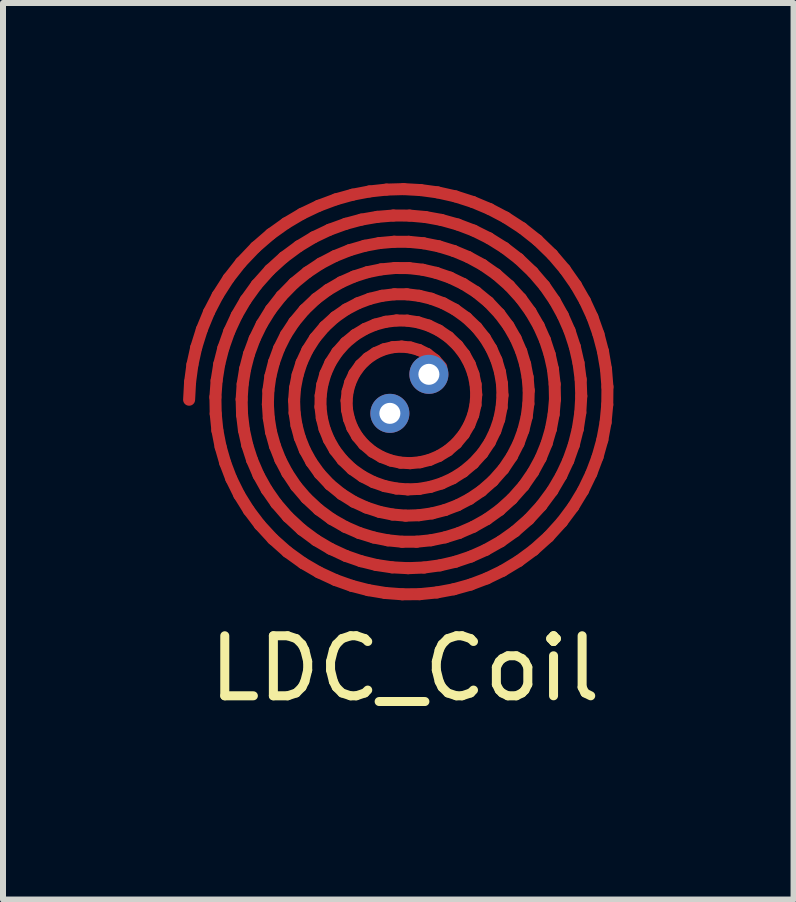
<source format=kicad_pcb>
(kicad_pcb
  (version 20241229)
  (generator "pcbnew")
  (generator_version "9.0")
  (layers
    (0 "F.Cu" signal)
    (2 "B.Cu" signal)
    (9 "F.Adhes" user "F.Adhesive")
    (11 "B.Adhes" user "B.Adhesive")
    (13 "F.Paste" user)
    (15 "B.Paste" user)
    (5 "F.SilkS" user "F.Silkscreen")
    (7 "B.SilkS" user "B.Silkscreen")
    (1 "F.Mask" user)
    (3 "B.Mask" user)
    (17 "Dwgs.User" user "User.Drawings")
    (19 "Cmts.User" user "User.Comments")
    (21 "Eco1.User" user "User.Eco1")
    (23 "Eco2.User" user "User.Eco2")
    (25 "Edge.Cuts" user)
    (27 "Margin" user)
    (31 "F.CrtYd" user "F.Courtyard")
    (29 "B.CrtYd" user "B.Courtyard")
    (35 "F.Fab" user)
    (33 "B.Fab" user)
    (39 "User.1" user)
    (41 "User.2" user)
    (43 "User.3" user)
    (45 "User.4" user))
  (footprint "LDC_Coil"
    (layer "F.Cu")
    (at 3.694 3.585)
    (property "Reference" "LDC_Coil" (at 0 4.5 0) (unlocked yes) (layer "F.SilkS") (effects (font (size 1 1) (thickness 0.15))))
    (attr smd)
    (fp_line (start -3.578 -0.27) (end -3.594 0.023) (stroke (width 0.2) (type solid)) (layer "F.Cu"))
    (fp_line (start -3.539 -0.56) (end -3.578 -0.27) (stroke (width 0.2) (type solid)) (layer "F.Cu"))
    (fp_line (start -3.476 -0.846) (end -3.539 -0.56) (stroke (width 0.2) (type solid)) (layer "F.Cu"))
    (fp_line (start -3.382 -1.146) (end -3.476 -0.846) (stroke (width 0.2) (type solid)) (layer "F.Cu"))
    (fp_line (start -3.263 -1.436) (end -3.382 -1.146) (stroke (width 0.2) (type solid)) (layer "F.Cu"))
    (fp_line (start -3.156 -0.02) (end -3.151 0.258) (stroke (width 0.2) (type solid)) (layer "F.Cu"))
    (fp_line (start -3.151 0.258) (end -3.123 0.535) (stroke (width 0.2) (type solid)) (layer "F.Cu"))
    (fp_line (start -3.136 -0.296) (end -3.156 -0.02) (stroke (width 0.2) (type solid)) (layer "F.Cu"))
    (fp_line (start -3.123 0.535) (end -3.069 0.809) (stroke (width 0.2) (type solid)) (layer "F.Cu"))
    (fp_line (start -3.119 -1.714) (end -3.263 -1.436) (stroke (width 0.2) (type solid)) (layer "F.Cu"))
    (fp_line (start -3.092 -0.57) (end -3.136 -0.296) (stroke (width 0.2) (type solid)) (layer "F.Cu"))
    (fp_line (start -3.069 0.809) (end -2.992 1.077) (stroke (width 0.2) (type solid)) (layer "F.Cu"))
    (fp_line (start -3.024 -0.837) (end -3.092 -0.57) (stroke (width 0.2) (type solid)) (layer "F.Cu"))
    (fp_line (start -2.992 1.077) (end -2.892 1.339) (stroke (width 0.2) (type solid)) (layer "F.Cu"))
    (fp_line (start -2.938 -1.997) (end -3.119 -1.714) (stroke (width 0.2) (type solid)) (layer "F.Cu"))
    (fp_line (start -2.925 -1.116) (end -3.024 -0.837) (stroke (width 0.2) (type solid)) (layer "F.Cu"))
    (fp_line (start -2.892 1.339) (end -2.759 1.608) (stroke (width 0.2) (type solid)) (layer "F.Cu"))
    (fp_line (start -2.801 -1.383) (end -2.925 -1.116) (stroke (width 0.2) (type solid)) (layer "F.Cu"))
    (fp_line (start -2.759 1.608) (end -2.6 1.864) (stroke (width 0.2) (type solid)) (layer "F.Cu"))
    (fp_line (start -2.732 -2.26) (end -2.938 -1.997) (stroke (width 0.2) (type solid)) (layer "F.Cu"))
    (fp_line (start -2.719 0.017) (end -2.712 0.274) (stroke (width 0.2) (type solid)) (layer "F.Cu"))
    (fp_line (start -2.712 0.274) (end -2.681 0.529) (stroke (width 0.2) (type solid)) (layer "F.Cu"))
    (fp_line (start -2.702 -0.238) (end -2.719 0.017) (stroke (width 0.2) (type solid)) (layer "F.Cu"))
    (fp_line (start -2.681 0.529) (end -2.625 0.781) (stroke (width 0.2) (type solid)) (layer "F.Cu"))
    (fp_line (start -2.661 -0.49) (end -2.702 -0.238) (stroke (width 0.2) (type solid)) (layer "F.Cu"))
    (fp_line (start -2.653 -1.637) (end -2.801 -1.383) (stroke (width 0.2) (type solid)) (layer "F.Cu"))
    (fp_line (start -2.625 0.781) (end -2.546 1.027) (stroke (width 0.2) (type solid)) (layer "F.Cu"))
    (fp_line (start -2.6 1.864) (end -2.418 2.105) (stroke (width 0.2) (type solid)) (layer "F.Cu"))
    (fp_line (start -2.597 -0.737) (end -2.661 -0.49) (stroke (width 0.2) (type solid)) (layer "F.Cu"))
    (fp_line (start -2.546 1.027) (end -2.437 1.28) (stroke (width 0.2) (type solid)) (layer "F.Cu"))
    (fp_line (start -2.503 -0.991) (end -2.597 -0.737) (stroke (width 0.2) (type solid)) (layer "F.Cu"))
    (fp_line (start -2.486 -2.518) (end -2.732 -2.26) (stroke (width 0.2) (type solid)) (layer "F.Cu"))
    (fp_line (start -2.47 -1.891) (end -2.653 -1.637) (stroke (width 0.2) (type solid)) (layer "F.Cu"))
    (fp_line (start -2.437 1.28) (end -2.302 1.522) (stroke (width 0.2) (type solid)) (layer "F.Cu"))
    (fp_line (start -2.418 2.105) (end -2.2 2.342) (stroke (width 0.2) (type solid)) (layer "F.Cu"))
    (fp_line (start -2.385 -1.234) (end -2.503 -0.991) (stroke (width 0.2) (type solid)) (layer "F.Cu"))
    (fp_line (start -2.302 1.522) (end -2.143 1.75) (stroke (width 0.2) (type solid)) (layer "F.Cu"))
    (fp_line (start -2.282 0.1) (end -2.267 0.33) (stroke (width 0.2) (type solid)) (layer "F.Cu"))
    (fp_line (start -2.274 -0.129) (end -2.282 0.1) (stroke (width 0.2) (type solid)) (layer "F.Cu"))
    (fp_line (start -2.267 0.33) (end -2.23 0.558) (stroke (width 0.2) (type solid)) (layer "F.Cu"))
    (fp_line (start -2.249 -2.139) (end -2.47 -1.891) (stroke (width 0.2) (type solid)) (layer "F.Cu"))
    (fp_line (start -2.24 -0.369) (end -2.274 -0.129) (stroke (width 0.2) (type solid)) (layer "F.Cu"))
    (fp_line (start -2.234 -2.736) (end -2.486 -2.518) (stroke (width 0.2) (type solid)) (layer "F.Cu"))
    (fp_line (start -2.234 -1.477) (end -2.385 -1.234) (stroke (width 0.2) (type solid)) (layer "F.Cu"))
    (fp_line (start -2.23 0.558) (end -2.164 0.795) (stroke (width 0.2) (type solid)) (layer "F.Cu"))
    (fp_line (start -2.2 2.342) (end -1.958 2.557) (stroke (width 0.2) (type solid)) (layer "F.Cu"))
    (fp_line (start -2.18 -0.604) (end -2.24 -0.369) (stroke (width 0.2) (type solid)) (layer "F.Cu"))
    (fp_line (start -2.164 0.795) (end -2.074 1.024) (stroke (width 0.2) (type solid)) (layer "F.Cu"))
    (fp_line (start -2.143 1.75) (end -1.949 1.974) (stroke (width 0.2) (type solid)) (layer "F.Cu"))
    (fp_line (start -2.097 -0.83) (end -2.18 -0.604) (stroke (width 0.2) (type solid)) (layer "F.Cu"))
    (fp_line (start -2.074 1.024) (end -1.959 1.243) (stroke (width 0.2) (type solid)) (layer "F.Cu"))
    (fp_line (start -2.058 -1.702) (end -2.234 -1.477) (stroke (width 0.2) (type solid)) (layer "F.Cu"))
    (fp_line (start -2.018 -2.348) (end -2.249 -2.139) (stroke (width 0.2) (type solid)) (layer "F.Cu"))
    (fp_line (start -1.983 -1.058) (end -2.097 -0.83) (stroke (width 0.2) (type solid)) (layer "F.Cu"))
    (fp_line (start -1.982 -2.916) (end -2.234 -2.736) (stroke (width 0.2) (type solid)) (layer "F.Cu"))
    (fp_line (start -1.959 1.243) (end -1.813 1.462) (stroke (width 0.2) (type solid)) (layer "F.Cu"))
    (fp_line (start -1.958 2.557) (end -1.695 2.746) (stroke (width 0.2) (type solid)) (layer "F.Cu"))
    (fp_line (start -1.949 1.974) (end -1.719 2.187) (stroke (width 0.2) (type solid)) (layer "F.Cu"))
    (fp_line (start -1.847 -1.918) (end -2.058 -1.702) (stroke (width 0.2) (type solid)) (layer "F.Cu"))
    (fp_line (start -1.845 0.035) (end -1.837 0.244) (stroke (width 0.2) (type solid)) (layer "F.Cu"))
    (fp_line (start -1.844 -1.27) (end -1.983 -1.058) (stroke (width 0.2) (type solid)) (layer "F.Cu"))
    (fp_line (start -1.837 0.244) (end -1.805 0.451) (stroke (width 0.2) (type solid)) (layer "F.Cu"))
    (fp_line (start -1.829 -0.173) (end -1.845 0.035) (stroke (width 0.2) (type solid)) (layer "F.Cu"))
    (fp_line (start -1.813 1.462) (end -1.642 1.662) (stroke (width 0.2) (type solid)) (layer "F.Cu"))
    (fp_line (start -1.805 0.451) (end -1.75 0.655) (stroke (width 0.2) (type solid)) (layer "F.Cu"))
    (fp_line (start -1.787 -0.388) (end -1.829 -0.173) (stroke (width 0.2) (type solid)) (layer "F.Cu"))
    (fp_line (start -1.768 -2.533) (end -2.018 -2.348) (stroke (width 0.2) (type solid)) (layer "F.Cu"))
    (fp_line (start -1.75 0.655) (end -1.667 0.863) (stroke (width 0.2) (type solid)) (layer "F.Cu"))
    (fp_line (start -1.721 -0.595) (end -1.787 -0.388) (stroke (width 0.2) (type solid)) (layer "F.Cu"))
    (fp_line (start -1.719 2.187) (end -1.48 2.364) (stroke (width 0.2) (type solid)) (layer "F.Cu"))
    (fp_line (start -1.715 -3.074) (end -1.982 -2.916) (stroke (width 0.2) (type solid)) (layer "F.Cu"))
    (fp_line (start -1.695 2.746) (end -1.432 2.899) (stroke (width 0.2) (type solid)) (layer "F.Cu"))
    (fp_line (start -1.673 -1.475) (end -1.844 -1.27) (stroke (width 0.2) (type solid)) (layer "F.Cu"))
    (fp_line (start -1.667 0.863) (end -1.559 1.06) (stroke (width 0.2) (type solid)) (layer "F.Cu"))
    (fp_line (start -1.642 1.662) (end -1.437 1.853) (stroke (width 0.2) (type solid)) (layer "F.Cu"))
    (fp_line (start -1.627 -2.098) (end -1.847 -1.918) (stroke (width 0.2) (type solid)) (layer "F.Cu"))
    (fp_line (start -1.625 -0.802) (end -1.721 -0.595) (stroke (width 0.2) (type solid)) (layer "F.Cu"))
    (fp_line (start -1.559 1.06) (end -1.421 1.253) (stroke (width 0.2) (type solid)) (layer "F.Cu"))
    (fp_line (start -1.519 -2.683) (end -1.768 -2.533) (stroke (width 0.2) (type solid)) (layer "F.Cu"))
    (fp_line (start -1.497 -1.004) (end -1.625 -0.802) (stroke (width 0.2) (type solid)) (layer "F.Cu"))
    (fp_line (start -1.48 -1.658) (end -1.673 -1.475) (stroke (width 0.2) (type solid)) (layer "F.Cu"))
    (fp_line (start -1.48 2.364) (end -1.238 2.507) (stroke (width 0.2) (type solid)) (layer "F.Cu"))
    (fp_line (start -1.437 1.853) (end -1.223 2.01) (stroke (width 0.2) (type solid)) (layer "F.Cu"))
    (fp_line (start -1.436 -3.207) (end -1.715 -3.074) (stroke (width 0.2) (type solid)) (layer "F.Cu"))
    (fp_line (start -1.432 2.899) (end -1.155 3.027) (stroke (width 0.2) (type solid)) (layer "F.Cu"))
    (fp_line (start -1.421 1.253) (end -1.25 1.436) (stroke (width 0.2) (type solid)) (layer "F.Cu"))
    (fp_line (start -1.406 0.142) (end -1.384 0.328) (stroke (width 0.2) (type solid)) (layer "F.Cu"))
    (fp_line (start -1.405 -2.245) (end -1.627 -2.098) (stroke (width 0.2) (type solid)) (layer "F.Cu"))
    (fp_line (start -1.403 -0.044) (end -1.406 0.142) (stroke (width 0.2) (type solid)) (layer "F.Cu"))
    (fp_line (start -1.384 0.328) (end -1.338 0.51) (stroke (width 0.2) (type solid)) (layer "F.Cu"))
    (fp_line (start -1.376 -0.227) (end -1.403 -0.044) (stroke (width 0.2) (type solid)) (layer "F.Cu"))
    (fp_line (start -1.338 0.51) (end -1.267 0.686) (stroke (width 0.2) (type solid)) (layer "F.Cu"))
    (fp_line (start -1.337 -1.194) (end -1.497 -1.004) (stroke (width 0.2) (type solid)) (layer "F.Cu"))
    (fp_line (start -1.323 -0.411) (end -1.376 -0.227) (stroke (width 0.2) (type solid)) (layer "F.Cu"))
    (fp_line (start -1.279 -1.808) (end -1.48 -1.658) (stroke (width 0.2) (type solid)) (layer "F.Cu"))
    (fp_line (start -1.267 0.686) (end -1.168 0.86) (stroke (width 0.2) (type solid)) (layer "F.Cu"))
    (fp_line (start -1.257 -2.808) (end -1.519 -2.683) (stroke (width 0.2) (type solid)) (layer "F.Cu"))
    (fp_line (start -1.25 1.436) (end -1.055 1.595) (stroke (width 0.2) (type solid)) (layer "F.Cu"))
    (fp_line (start -1.241 -0.593) (end -1.323 -0.411) (stroke (width 0.2) (type solid)) (layer "F.Cu"))
    (fp_line (start -1.238 2.507) (end -0.983 2.625) (stroke (width 0.2) (type solid)) (layer "F.Cu"))
    (fp_line (start -1.223 2.01) (end -0.992 2.142) (stroke (width 0.2) (type solid)) (layer "F.Cu"))
    (fp_line (start -1.169 -2.368) (end -1.405 -2.245) (stroke (width 0.2) (type solid)) (layer "F.Cu"))
    (fp_line (start -1.168 0.86) (end -1.039 1.026) (stroke (width 0.2) (type solid)) (layer "F.Cu"))
    (fp_line (start -1.163 -1.353) (end -1.337 -1.194) (stroke (width 0.2) (type solid)) (layer "F.Cu"))
    (fp_line (start -1.155 3.027) (end -0.886 3.123) (stroke (width 0.2) (type solid)) (layer "F.Cu"))
    (fp_line (start -1.147 -3.315) (end -1.436 -3.207) (stroke (width 0.2) (type solid)) (layer "F.Cu"))
    (fp_line (start -1.129 -0.767) (end -1.241 -0.593) (stroke (width 0.2) (type solid)) (layer "F.Cu"))
    (fp_line (start -1.063 -1.934) (end -1.279 -1.808) (stroke (width 0.2) (type solid)) (layer "F.Cu"))
    (fp_line (start -1.055 1.595) (end -0.851 1.723) (stroke (width 0.2) (type solid)) (layer "F.Cu"))
    (fp_line (start -1.039 1.026) (end -0.88 1.179) (stroke (width 0.2) (type solid)) (layer "F.Cu"))
    (fp_line (start -0.992 2.142) (end -0.76 2.243) (stroke (width 0.2) (type solid)) (layer "F.Cu"))
    (fp_line (start -0.987 -0.927) (end -1.129 -0.767) (stroke (width 0.2) (type solid)) (layer "F.Cu"))
    (fp_line (start -0.985 -2.907) (end -1.257 -2.808) (stroke (width 0.2) (type solid)) (layer "F.Cu"))
    (fp_line (start -0.983 2.625) (end -0.733 2.712) (stroke (width 0.2) (type solid)) (layer "F.Cu"))
    (fp_line (start -0.979 -1.481) (end -1.163 -1.353) (stroke (width 0.2) (type solid)) (layer "F.Cu"))
    (fp_line (start -0.971 0.037) (end -0.964 0.19) (stroke (width 0.2) (type solid)) (layer "F.Cu"))
    (fp_line (start -0.964 0.19) (end -0.932 0.342) (stroke (width 0.2) (type solid)) (layer "F.Cu"))
    (fp_line (start -0.954 -0.114) (end -0.971 0.037) (stroke (width 0.2) (type solid)) (layer "F.Cu"))
    (fp_line (start -0.932 0.342) (end -0.877 0.489) (stroke (width 0.2) (type solid)) (layer "F.Cu"))
    (fp_line (start -0.923 -2.467) (end -1.169 -2.368) (stroke (width 0.2) (type solid)) (layer "F.Cu"))
    (fp_line (start -0.911 -0.265) (end -0.954 -0.114) (stroke (width 0.2) (type solid)) (layer "F.Cu"))
    (fp_line (start -0.886 3.123) (end -0.609 3.195) (stroke (width 0.2) (type solid)) (layer "F.Cu"))
    (fp_line (start -0.88 1.179) (end -0.705 1.302) (stroke (width 0.2) (type solid)) (layer "F.Cu"))
    (fp_line (start -0.877 0.489) (end -0.795 0.632) (stroke (width 0.2) (type solid)) (layer "F.Cu"))
    (fp_line (start -0.871 -3.392) (end -1.147 -3.315) (stroke (width 0.2) (type solid)) (layer "F.Cu"))
    (fp_line (start -0.851 1.723) (end -0.642 1.819) (stroke (width 0.2) (type solid)) (layer "F.Cu"))
    (fp_line (start -0.848 -2.029) (end -1.063 -1.934) (stroke (width 0.2) (type solid)) (layer "F.Cu"))
    (fp_line (start -0.843 -0.41) (end -0.911 -0.265) (stroke (width 0.2) (type solid)) (layer "F.Cu"))
    (fp_line (start -0.83 -1.056) (end -0.987 -0.927) (stroke (width 0.2) (type solid)) (layer "F.Cu"))
    (fp_line (start -0.795 0.632) (end -0.684 0.766) (stroke (width 0.2) (type solid)) (layer "F.Cu"))
    (fp_line (start -0.782 -1.584) (end -0.979 -1.481) (stroke (width 0.2) (type solid)) (layer "F.Cu"))
    (fp_line (start -0.76 2.243) (end -0.518 2.318) (stroke (width 0.2) (type solid)) (layer "F.Cu"))
    (fp_line (start -0.741 -0.553) (end -0.843 -0.41) (stroke (width 0.2) (type solid)) (layer "F.Cu"))
    (fp_line (start -0.733 2.712) (end -0.475 2.776) (stroke (width 0.2) (type solid)) (layer "F.Cu"))
    (fp_line (start -0.725 -2.977) (end -0.985 -2.907) (stroke (width 0.2) (type solid)) (layer "F.Cu"))
    (fp_line (start -0.705 1.302) (end -0.523 1.396) (stroke (width 0.2) (type solid)) (layer "F.Cu"))
    (fp_line (start -0.684 0.766) (end -0.541 0.888) (stroke (width 0.2) (type solid)) (layer "F.Cu"))
    (fp_line (start -0.669 -2.541) (end -0.923 -2.467) (stroke (width 0.2) (type solid)) (layer "F.Cu"))
    (fp_line (start -0.664 -1.156) (end -0.83 -1.056) (stroke (width 0.2) (type solid)) (layer "F.Cu"))
    (fp_line (start -0.642 1.819) (end -0.423 1.891) (stroke (width 0.2) (type solid)) (layer "F.Cu"))
    (fp_line (start -0.625 -2.101) (end -0.848 -2.029) (stroke (width 0.2) (type solid)) (layer "F.Cu"))
    (fp_line (start -0.62 -0.668) (end -0.741 -0.553) (stroke (width 0.2) (type solid)) (layer "F.Cu"))
    (fp_line (start -0.609 3.195) (end -0.327 3.242) (stroke (width 0.2) (type solid)) (layer "F.Cu"))
    (fp_line (start -0.59 -3.446) (end -0.871 -3.392) (stroke (width 0.2) (type solid)) (layer "F.Cu"))
    (fp_line (start -0.585 -1.658) (end -0.782 -1.584) (stroke (width 0.2) (type solid)) (layer "F.Cu"))
    (fp_line (start -0.541 0.888) (end -0.387 0.978) (stroke (width 0.2) (type solid)) (layer "F.Cu"))
    (fp_line (start -0.523 1.396) (end -0.336 1.462) (stroke (width 0.2) (type solid)) (layer "F.Cu"))
    (fp_line (start -0.518 2.318) (end -0.284 2.365) (stroke (width 0.2) (type solid)) (layer "F.Cu"))
    (fp_line (start -0.495 -1.228) (end -0.664 -1.156) (stroke (width 0.2) (type solid)) (layer "F.Cu"))
    (fp_line (start -0.487 -0.756) (end -0.62 -0.668) (stroke (width 0.2) (type solid)) (layer "F.Cu"))
    (fp_line (start -0.475 2.776) (end -0.213 2.815) (stroke (width 0.2) (type solid)) (layer "F.Cu"))
    (fp_line (start -0.459 -3.023) (end -0.725 -2.977) (stroke (width 0.2) (type solid)) (layer "F.Cu"))
    (fp_line (start -0.426 -2.586) (end -0.669 -2.541) (stroke (width 0.2) (type solid)) (layer "F.Cu"))
    (fp_line (start -0.423 1.891) (end -0.207 1.935) (stroke (width 0.2) (type solid)) (layer "F.Cu"))
    (fp_line (start -0.396 -2.148) (end -0.625 -2.101) (stroke (width 0.2) (type solid)) (layer "F.Cu"))
    (fp_line (start -0.387 0.978) (end -0.232 1.037) (stroke (width 0.2) (type solid)) (layer "F.Cu"))
    (fp_line (start -0.382 -1.708) (end -0.585 -1.658) (stroke (width 0.2) (type solid)) (layer "F.Cu"))
    (fp_line (start -0.347 -0.817) (end -0.487 -0.756) (stroke (width 0.2) (type solid)) (layer "F.Cu"))
    (fp_line (start -0.336 1.462) (end -0.142 1.502) (stroke (width 0.2) (type solid)) (layer "F.Cu"))
    (fp_line (start -0.327 3.242) (end -0.041 3.264) (stroke (width 0.2) (type solid)) (layer "F.Cu"))
    (fp_line (start -0.319 -1.275) (end -0.495 -1.228) (stroke (width 0.2) (type solid)) (layer "F.Cu"))
    (fp_line (start -0.307 -3.477) (end -0.59 -3.446) (stroke (width 0.2) (type solid)) (layer "F.Cu"))
    (fp_line (start -0.284 2.365) (end -0.045 2.389) (stroke (width 0.2) (type solid)) (layer "F.Cu"))
    (fp_line (start -0.232 1.037) (end -0.074 1.071) (stroke (width 0.2) (type solid)) (layer "F.Cu"))
    (fp_line (start -0.213 2.815) (end 0.053 2.829) (stroke (width 0.2) (type solid)) (layer "F.Cu"))
    (fp_line (start -0.207 1.935) (end 0.012 1.954) (stroke (width 0.2) (type solid)) (layer "F.Cu"))
    (fp_line (start -0.202 -0.852) (end -0.347 -0.817) (stroke (width 0.2) (type solid)) (layer "F.Cu"))
    (fp_line (start -0.192 -3.045) (end -0.459 -3.023) (stroke (width 0.2) (type solid)) (layer "F.Cu"))
    (fp_line (start -0.181 -2.608) (end -0.426 -2.586) (stroke (width 0.2) (type solid)) (layer "F.Cu"))
    (fp_line (start -0.175 -1.733) (end -0.382 -1.708) (stroke (width 0.2) (type solid)) (layer "F.Cu"))
    (fp_line (start -0.164 -2.171) (end -0.396 -2.148) (stroke (width 0.2) (type solid)) (layer "F.Cu"))
    (fp_line (start -0.142 1.502) (end 0.048 1.517) (stroke (width 0.2) (type solid)) (layer "F.Cu"))
    (fp_line (start -0.139 -1.297) (end -0.319 -1.275) (stroke (width 0.2) (type solid)) (layer "F.Cu"))
    (fp_line (start -0.074 1.071) (end 0.088 1.08) (stroke (width 0.2) (type solid)) (layer "F.Cu"))
    (fp_line (start -0.054 -0.862) (end -0.202 -0.852) (stroke (width 0.2) (type solid)) (layer "F.Cu"))
    (fp_line (start -0.045 2.389) (end 0.196 2.388) (stroke (width 0.2) (type solid)) (layer "F.Cu"))
    (fp_line (start -0.041 3.264) (end 0.246 3.262) (stroke (width 0.2) (type solid)) (layer "F.Cu"))
    (fp_line (start -0.022 -3.485) (end -0.307 -3.477) (stroke (width 0.2) (type solid)) (layer "F.Cu"))
    (fp_line (start 0.012 1.954) (end 0.234 1.947) (stroke (width 0.2) (type solid)) (layer "F.Cu"))
    (fp_line (start 0.033 -1.733) (end -0.175 -1.733) (stroke (width 0.2) (type solid)) (layer "F.Cu"))
    (fp_line (start 0.041 -1.294) (end -0.139 -1.297) (stroke (width 0.2) (type solid)) (layer "F.Cu"))
    (fp_line (start 0.048 1.517) (end 0.239 1.508) (stroke (width 0.2) (type solid)) (layer "F.Cu"))
    (fp_line (start 0.053 2.829) (end 0.32 2.818) (stroke (width 0.2) (type solid)) (layer "F.Cu"))
    (fp_line (start 0.066 -2.607) (end -0.181 -2.608) (stroke (width 0.2) (type solid)) (layer "F.Cu"))
    (fp_line (start 0.068 -2.169) (end -0.164 -2.171) (stroke (width 0.2) (type solid)) (layer "F.Cu"))
    (fp_line (start 0.077 -3.044) (end -0.192 -3.045) (stroke (width 0.2) (type solid)) (layer "F.Cu"))
    (fp_line (start 0.088 1.08) (end 0.252 1.065) (stroke (width 0.2) (type solid)) (layer "F.Cu"))
    (fp_line (start 0.091 -0.847) (end -0.054 -0.862) (stroke (width 0.2) (type solid)) (layer "F.Cu"))
    (fp_line (start 0.196 2.388) (end 0.435 2.364) (stroke (width 0.2) (type solid)) (layer "F.Cu"))
    (fp_line (start 0.217 -1.267) (end 0.041 -1.294) (stroke (width 0.2) (type solid)) (layer "F.Cu"))
    (fp_line (start 0.234 1.947) (end 0.454 1.916) (stroke (width 0.2) (type solid)) (layer "F.Cu"))
    (fp_line (start 0.234 -0.806) (end 0.091 -0.847) (stroke (width 0.2) (type solid)) (layer "F.Cu"))
    (fp_line (start 0.238 -1.708) (end 0.033 -1.733) (stroke (width 0.2) (type solid)) (layer "F.Cu"))
    (fp_line (start 0.239 1.508) (end 0.428 1.474) (stroke (width 0.2) (type solid)) (layer "F.Cu"))
    (fp_line (start 0.246 3.262) (end 0.533 3.233) (stroke (width 0.2) (type solid)) (layer "F.Cu"))
    (fp_line (start 0.252 1.065) (end 0.413 1.025) (stroke (width 0.2) (type solid)) (layer "F.Cu"))
    (fp_line (start 0.262 -3.469) (end -0.022 -3.485) (stroke (width 0.2) (type solid)) (layer "F.Cu"))
    (fp_line (start 0.298 -2.142) (end 0.068 -2.169) (stroke (width 0.2) (type solid)) (layer "F.Cu"))
    (fp_line (start 0.31 -2.583) (end 0.066 -2.607) (stroke (width 0.2) (type solid)) (layer "F.Cu"))
    (fp_line (start 0.32 2.818) (end 0.585 2.782) (stroke (width 0.2) (type solid)) (layer "F.Cu"))
    (fp_line (start 0.343 -3.02) (end 0.077 -3.044) (stroke (width 0.2) (type solid)) (layer "F.Cu"))
    (fp_line (start 0.371 -0.739) (end 0.234 -0.806) (stroke (width 0.2) (type solid)) (layer "F.Cu"))
    (fp_line (start 0.394 -1.213) (end 0.217 -1.267) (stroke (width 0.2) (type solid)) (layer "F.Cu"))
    (fp_line (start 0.413 1.025) (end 0.568 0.96) (stroke (width 0.2) (type solid)) (layer "F.Cu"))
    (fp_line (start 0.428 1.474) (end 0.613 1.417) (stroke (width 0.2) (type solid)) (layer "F.Cu"))
    (fp_line (start 0.435 2.364) (end 0.672 2.315) (stroke (width 0.2) (type solid)) (layer "F.Cu"))
    (fp_line (start 0.437 -1.66) (end 0.238 -1.708) (stroke (width 0.2) (type solid)) (layer "F.Cu"))
    (fp_line (start 0.454 1.916) (end 0.67 1.86) (stroke (width 0.2) (type solid)) (layer "F.Cu"))
    (fp_line (start 0.502 -0.639) (end 0.371 -0.739) (stroke (width 0.2) (type solid)) (layer "F.Cu"))
    (fp_line (start 0.523 -2.09) (end 0.298 -2.142) (stroke (width 0.2) (type solid)) (layer "F.Cu"))
    (fp_line (start 0.533 3.233) (end 0.816 3.18) (stroke (width 0.2) (type solid)) (layer "F.Cu"))
    (fp_line (start 0.543 -3.431) (end 0.262 -3.469) (stroke (width 0.2) (type solid)) (layer "F.Cu"))
    (fp_line (start 0.566 -2.532) (end 0.31 -2.583) (stroke (width 0.2) (type solid)) (layer "F.Cu"))
    (fp_line (start 0.567 -1.13) (end 0.394 -1.213) (stroke (width 0.2) (type solid)) (layer "F.Cu"))
    (fp_line (start 0.568 0.96) (end 0.718 0.868) (stroke (width 0.2) (type solid)) (layer "F.Cu"))
    (fp_line (start 0.585 2.782) (end 0.846 2.721) (stroke (width 0.2) (type solid)) (layer "F.Cu"))
    (fp_line (start 0.606 -2.972) (end 0.343 -3.02) (stroke (width 0.2) (type solid)) (layer "F.Cu"))
    (fp_line (start 0.606 -0.521) (end 0.502 -0.639) (stroke (width 0.2) (type solid)) (layer "F.Cu"))
    (fp_line (start 0.613 1.417) (end 0.799 1.332) (stroke (width 0.2) (type solid)) (layer "F.Cu"))
    (fp_line (start 0.639 -1.584) (end 0.437 -1.66) (stroke (width 0.2) (type solid)) (layer "F.Cu"))
    (fp_line (start 0.67 1.86) (end 0.879 1.78) (stroke (width 0.2) (type solid)) (layer "F.Cu"))
    (fp_line (start 0.672 2.315) (end 0.904 2.242) (stroke (width 0.2) (type solid)) (layer "F.Cu"))
    (fp_line (start 0.718 0.868) (end 0.858 0.747) (stroke (width 0.2) (type solid)) (layer "F.Cu"))
    (fp_line (start 0.73 -1.019) (end 0.567 -1.13) (stroke (width 0.2) (type solid)) (layer "F.Cu"))
    (fp_line (start 0.753 -2.011) (end 0.523 -2.09) (stroke (width 0.2) (type solid)) (layer "F.Cu"))
    (fp_line (start 0.799 1.332) (end 0.973 1.222) (stroke (width 0.2) (type solid)) (layer "F.Cu"))
    (fp_line (start 0.815 -2.455) (end 0.566 -2.532) (stroke (width 0.2) (type solid)) (layer "F.Cu"))
    (fp_line (start 0.816 3.18) (end 1.095 3.102) (stroke (width 0.2) (type solid)) (layer "F.Cu"))
    (fp_line (start 0.837 -1.478) (end 0.639 -1.584) (stroke (width 0.2) (type solid)) (layer "F.Cu"))
    (fp_line (start 0.841 -3.364) (end 0.543 -3.431) (stroke (width 0.2) (type solid)) (layer "F.Cu"))
    (fp_line (start 0.846 2.721) (end 1.101 2.635) (stroke (width 0.2) (type solid)) (layer "F.Cu"))
    (fp_line (start 0.858 0.747) (end 0.982 0.597) (stroke (width 0.2) (type solid)) (layer "F.Cu"))
    (fp_line (start 0.878 -0.878) (end 0.73 -1.019) (stroke (width 0.2) (type solid)) (layer "F.Cu"))
    (fp_line (start 0.879 1.78) (end 1.078 1.676) (stroke (width 0.2) (type solid)) (layer "F.Cu"))
    (fp_line (start 0.881 -2.895) (end 0.606 -2.972) (stroke (width 0.2) (type solid)) (layer "F.Cu"))
    (fp_line (start 0.904 2.242) (end 1.141 2.139) (stroke (width 0.2) (type solid)) (layer "F.Cu"))
    (fp_line (start 0.971 -1.906) (end 0.753 -2.011) (stroke (width 0.2) (type solid)) (layer "F.Cu"))
    (fp_line (start 0.973 1.222) (end 1.139 1.083) (stroke (width 0.2) (type solid)) (layer "F.Cu"))
    (fp_line (start 0.982 0.597) (end 1.073 0.441) (stroke (width 0.2) (type solid)) (layer "F.Cu"))
    (fp_line (start 0.992 -0.73) (end 0.878 -0.878) (stroke (width 0.2) (type solid)) (layer "F.Cu"))
    (fp_line (start 1.027 -1.341) (end 0.837 -1.478) (stroke (width 0.2) (type solid)) (layer "F.Cu"))
    (fp_line (start 1.054 -2.355) (end 0.815 -2.455) (stroke (width 0.2) (type solid)) (layer "F.Cu"))
    (fp_line (start 1.073 0.441) (end 1.138 0.277) (stroke (width 0.2) (type solid)) (layer "F.Cu"))
    (fp_line (start 1.078 1.676) (end 1.276 1.542) (stroke (width 0.2) (type solid)) (layer "F.Cu"))
    (fp_line (start 1.081 -0.568) (end 0.992 -0.73) (stroke (width 0.2) (type solid)) (layer "F.Cu"))
    (fp_line (start 1.095 3.102) (end 1.366 2.999) (stroke (width 0.2) (type solid)) (layer "F.Cu"))
    (fp_line (start 1.101 2.635) (end 1.347 2.525) (stroke (width 0.2) (type solid)) (layer "F.Cu"))
    (fp_line (start 1.131 -3.271) (end 0.841 -3.364) (stroke (width 0.2) (type solid)) (layer "F.Cu"))
    (fp_line (start 1.138 0.277) (end 1.176 0.111) (stroke (width 0.2) (type solid)) (layer "F.Cu"))
    (fp_line (start 1.139 1.083) (end 1.292 0.914) (stroke (width 0.2) (type solid)) (layer "F.Cu"))
    (fp_line (start 1.141 2.139) (end 1.367 2.012) (stroke (width 0.2) (type solid)) (layer "F.Cu"))
    (fp_line (start 1.142 -0.403) (end 1.081 -0.568) (stroke (width 0.2) (type solid)) (layer "F.Cu"))
    (fp_line (start 1.147 -2.794) (end 0.881 -2.895) (stroke (width 0.2) (type solid)) (layer "F.Cu"))
    (fp_line (start 1.176 0.111) (end 1.189 -0.06) (stroke (width 0.2) (type solid)) (layer "F.Cu"))
    (fp_line (start 1.178 -0.232) (end 1.142 -0.403) (stroke (width 0.2) (type solid)) (layer "F.Cu"))
    (fp_line (start 1.187 -1.77) (end 0.971 -1.906) (stroke (width 0.2) (type solid)) (layer "F.Cu"))
    (fp_line (start 1.189 -0.06) (end 1.178 -0.232) (stroke (width 0.2) (type solid)) (layer "F.Cu"))
    (fp_line (start 1.195 -1.18) (end 1.027 -1.341) (stroke (width 0.2) (type solid)) (layer "F.Cu"))
    (fp_line (start 1.276 1.542) (end 1.465 1.376) (stroke (width 0.2) (type solid)) (layer "F.Cu"))
    (fp_line (start 1.292 0.914) (end 1.414 0.732) (stroke (width 0.2) (type solid)) (layer "F.Cu"))
    (fp_line (start 1.296 -2.223) (end 1.054 -2.355) (stroke (width 0.2) (type solid)) (layer "F.Cu"))
    (fp_line (start 1.332 -1.007) (end 1.195 -1.18) (stroke (width 0.2) (type solid)) (layer "F.Cu"))
    (fp_line (start 1.347 2.525) (end 1.598 2.383) (stroke (width 0.2) (type solid)) (layer "F.Cu"))
    (fp_line (start 1.366 2.999) (end 1.627 2.873) (stroke (width 0.2) (type solid)) (layer "F.Cu"))
    (fp_line (start 1.367 2.012) (end 1.579 1.86) (stroke (width 0.2) (type solid)) (layer "F.Cu"))
    (fp_line (start 1.393 -1.601) (end 1.187 -1.77) (stroke (width 0.2) (type solid)) (layer "F.Cu"))
    (fp_line (start 1.402 -2.667) (end 1.147 -2.794) (stroke (width 0.2) (type solid)) (layer "F.Cu"))
    (fp_line (start 1.412 -3.153) (end 1.131 -3.271) (stroke (width 0.2) (type solid)) (layer "F.Cu"))
    (fp_line (start 1.414 0.732) (end 1.506 0.542) (stroke (width 0.2) (type solid)) (layer "F.Cu"))
    (fp_line (start 1.44 -0.828) (end 1.332 -1.007) (stroke (width 0.2) (type solid)) (layer "F.Cu"))
    (fp_line (start 1.465 1.376) (end 1.641 1.177) (stroke (width 0.2) (type solid)) (layer "F.Cu"))
    (fp_line (start 1.506 0.542) (end 1.571 0.351) (stroke (width 0.2) (type solid)) (layer "F.Cu"))
    (fp_line (start 1.521 -2.066) (end 1.296 -2.223) (stroke (width 0.2) (type solid)) (layer "F.Cu"))
    (fp_line (start 1.525 -0.637) (end 1.44 -0.828) (stroke (width 0.2) (type solid)) (layer "F.Cu"))
    (fp_line (start 1.571 0.351) (end 1.611 0.152) (stroke (width 0.2) (type solid)) (layer "F.Cu"))
    (fp_line (start 1.576 -1.407) (end 1.393 -1.601) (stroke (width 0.2) (type solid)) (layer "F.Cu"))
    (fp_line (start 1.579 1.86) (end 1.784 1.675) (stroke (width 0.2) (type solid)) (layer "F.Cu"))
    (fp_line (start 1.584 -0.439) (end 1.525 -0.637) (stroke (width 0.2) (type solid)) (layer "F.Cu"))
    (fp_line (start 1.598 2.383) (end 1.833 2.216) (stroke (width 0.2) (type solid)) (layer "F.Cu"))
    (fp_line (start 1.611 0.152) (end 1.626 -0.051) (stroke (width 0.2) (type solid)) (layer "F.Cu"))
    (fp_line (start 1.617 -0.246) (end 1.584 -0.439) (stroke (width 0.2) (type solid)) (layer "F.Cu"))
    (fp_line (start 1.626 -0.051) (end 1.617 -0.246) (stroke (width 0.2) (type solid)) (layer "F.Cu"))
    (fp_line (start 1.627 2.873) (end 1.894 2.712) (stroke (width 0.2) (type solid)) (layer "F.Cu"))
    (fp_line (start 1.641 1.177) (end 1.783 0.966) (stroke (width 0.2) (type solid)) (layer "F.Cu"))
    (fp_line (start 1.658 -2.507) (end 1.402 -2.667) (stroke (width 0.2) (type solid)) (layer "F.Cu"))
    (fp_line (start 1.68 -3.012) (end 1.412 -3.153) (stroke (width 0.2) (type solid)) (layer "F.Cu"))
    (fp_line (start 1.726 -1.205) (end 1.576 -1.407) (stroke (width 0.2) (type solid)) (layer "F.Cu"))
    (fp_line (start 1.739 -1.875) (end 1.521 -2.066) (stroke (width 0.2) (type solid)) (layer "F.Cu"))
    (fp_line (start 1.783 0.966) (end 1.893 0.75) (stroke (width 0.2) (type solid)) (layer "F.Cu"))
    (fp_line (start 1.784 1.675) (end 1.978 1.456) (stroke (width 0.2) (type solid)) (layer "F.Cu"))
    (fp_line (start 1.833 2.216) (end 2.065 2.013) (stroke (width 0.2) (type solid)) (layer "F.Cu"))
    (fp_line (start 1.844 -0.999) (end 1.726 -1.205) (stroke (width 0.2) (type solid)) (layer "F.Cu"))
    (fp_line (start 1.893 0.75) (end 1.973 0.533) (stroke (width 0.2) (type solid)) (layer "F.Cu"))
    (fp_line (start 1.894 2.712) (end 2.145 2.527) (stroke (width 0.2) (type solid)) (layer "F.Cu"))
    (fp_line (start 1.897 -2.323) (end 1.658 -2.507) (stroke (width 0.2) (type solid)) (layer "F.Cu"))
    (fp_line (start 1.933 -1.662) (end 1.739 -1.875) (stroke (width 0.2) (type solid)) (layer "F.Cu"))
    (fp_line (start 1.938 -0.781) (end 1.844 -0.999) (stroke (width 0.2) (type solid)) (layer "F.Cu"))
    (fp_line (start 1.953 -2.835) (end 1.68 -3.012) (stroke (width 0.2) (type solid)) (layer "F.Cu"))
    (fp_line (start 1.973 0.533) (end 2.029 0.308) (stroke (width 0.2) (type solid)) (layer "F.Cu"))
    (fp_line (start 1.978 1.456) (end 2.136 1.227) (stroke (width 0.2) (type solid)) (layer "F.Cu"))
    (fp_line (start 2.003 -0.568) (end 1.938 -0.781) (stroke (width 0.2) (type solid)) (layer "F.Cu"))
    (fp_line (start 2.029 0.308) (end 2.057 0.091) (stroke (width 0.2) (type solid)) (layer "F.Cu"))
    (fp_line (start 2.045 -0.35) (end 2.003 -0.568) (stroke (width 0.2) (type solid)) (layer "F.Cu"))
    (fp_line (start 2.057 0.091) (end 2.063 -0.13) (stroke (width 0.2) (type solid)) (layer "F.Cu"))
    (fp_line (start 2.063 -0.13) (end 2.045 -0.35) (stroke (width 0.2) (type solid)) (layer "F.Cu"))
    (fp_line (start 2.065 2.013) (end 2.273 1.786) (stroke (width 0.2) (type solid)) (layer "F.Cu"))
    (fp_line (start 2.093 -1.442) (end 1.933 -1.662) (stroke (width 0.2) (type solid)) (layer "F.Cu"))
    (fp_line (start 2.129 -2.102) (end 1.897 -2.323) (stroke (width 0.2) (type solid)) (layer "F.Cu"))
    (fp_line (start 2.136 1.227) (end 2.262 0.996) (stroke (width 0.2) (type solid)) (layer "F.Cu"))
    (fp_line (start 2.145 2.527) (end 2.393 2.304) (stroke (width 0.2) (type solid)) (layer "F.Cu"))
    (fp_line (start 2.207 -2.634) (end 1.953 -2.835) (stroke (width 0.2) (type solid)) (layer "F.Cu"))
    (fp_line (start 2.229 -1.207) (end 2.093 -1.442) (stroke (width 0.2) (type solid)) (layer "F.Cu"))
    (fp_line (start 2.262 0.996) (end 2.362 0.751) (stroke (width 0.2) (type solid)) (layer "F.Cu"))
    (fp_line (start 2.273 1.786) (end 2.457 1.538) (stroke (width 0.2) (type solid)) (layer "F.Cu"))
    (fp_line (start 2.324 -1.874) (end 2.129 -2.102) (stroke (width 0.2) (type solid)) (layer "F.Cu"))
    (fp_line (start 2.332 -0.975) (end 2.229 -1.207) (stroke (width 0.2) (type solid)) (layer "F.Cu"))
    (fp_line (start 2.362 0.751) (end 2.432 0.512) (stroke (width 0.2) (type solid)) (layer "F.Cu"))
    (fp_line (start 2.393 2.304) (end 2.617 2.057) (stroke (width 0.2) (type solid)) (layer "F.Cu"))
    (fp_line (start 2.411 -0.734) (end 2.332 -0.975) (stroke (width 0.2) (type solid)) (layer "F.Cu"))
    (fp_line (start 2.432 0.512) (end 2.478 0.266) (stroke (width 0.2) (type solid)) (layer "F.Cu"))
    (fp_line (start 2.455 -2.394) (end 2.207 -2.634) (stroke (width 0.2) (type solid)) (layer "F.Cu"))
    (fp_line (start 2.457 1.538) (end 2.605 1.286) (stroke (width 0.2) (type solid)) (layer "F.Cu"))
    (fp_line (start 2.466 -0.487) (end 2.411 -0.734) (stroke (width 0.2) (type solid)) (layer "F.Cu"))
    (fp_line (start 2.478 0.266) (end 2.5 0.016) (stroke (width 0.2) (type solid)) (layer "F.Cu"))
    (fp_line (start 2.494 -1.627) (end 2.324 -1.874) (stroke (width 0.2) (type solid)) (layer "F.Cu"))
    (fp_line (start 2.495 -0.236) (end 2.466 -0.487) (stroke (width 0.2) (type solid)) (layer "F.Cu"))
    (fp_line (start 2.5 0.016) (end 2.495 -0.236) (stroke (width 0.2) (type solid)) (layer "F.Cu"))
    (fp_line (start 2.605 1.286) (end 2.721 1.038) (stroke (width 0.2) (type solid)) (layer "F.Cu"))
    (fp_line (start 2.617 2.057) (end 2.805 1.805) (stroke (width 0.2) (type solid)) (layer "F.Cu"))
    (fp_line (start 2.63 -1.382) (end 2.494 -1.627) (stroke (width 0.2) (type solid)) (layer "F.Cu"))
    (fp_line (start 2.664 -2.148) (end 2.455 -2.394) (stroke (width 0.2) (type solid)) (layer "F.Cu"))
    (fp_line (start 2.721 1.038) (end 2.813 0.779) (stroke (width 0.2) (type solid)) (layer "F.Cu"))
    (fp_line (start 2.743 -1.126) (end 2.63 -1.382) (stroke (width 0.2) (type solid)) (layer "F.Cu"))
    (fp_line (start 2.805 1.805) (end 2.968 1.536) (stroke (width 0.2) (type solid)) (layer "F.Cu"))
    (fp_line (start 2.813 0.779) (end 2.88 0.512) (stroke (width 0.2) (type solid)) (layer "F.Cu"))
    (fp_line (start 2.83 -0.861) (end 2.743 -1.126) (stroke (width 0.2) (type solid)) (layer "F.Cu"))
    (fp_line (start 2.849 -1.884) (end 2.664 -2.148) (stroke (width 0.2) (type solid)) (layer "F.Cu"))
    (fp_line (start 2.88 0.512) (end 2.922 0.239) (stroke (width 0.2) (type solid)) (layer "F.Cu"))
    (fp_line (start 2.892 -0.589) (end 2.83 -0.861) (stroke (width 0.2) (type solid)) (layer "F.Cu"))
    (fp_line (start 2.922 0.239) (end 2.938 -0.037) (stroke (width 0.2) (type solid)) (layer "F.Cu"))
    (fp_line (start 2.928 -0.314) (end 2.892 -0.589) (stroke (width 0.2) (type solid)) (layer "F.Cu"))
    (fp_line (start 2.938 -0.037) (end 2.928 -0.314) (stroke (width 0.2) (type solid)) (layer "F.Cu"))
    (fp_line (start 2.968 1.536) (end 3.105 1.252) (stroke (width 0.2) (type solid)) (layer "F.Cu"))
    (fp_line (start 2.998 -1.624) (end 2.849 -1.884) (stroke (width 0.2) (type solid)) (layer "F.Cu"))
    (fp_line (start 3.105 1.252) (end 3.209 0.976) (stroke (width 0.2) (type solid)) (layer "F.Cu"))
    (fp_line (start 3.124 -1.352) (end 2.998 -1.624) (stroke (width 0.2) (type solid)) (layer "F.Cu"))
    (fp_line (start 3.209 0.976) (end 3.289 0.692) (stroke (width 0.2) (type solid)) (layer "F.Cu"))
    (fp_line (start 3.224 -1.07) (end 3.124 -1.352) (stroke (width 0.2) (type solid)) (layer "F.Cu"))
    (fp_line (start 3.289 0.692) (end 3.343 0.401) (stroke (width 0.2) (type solid)) (layer "F.Cu"))
    (fp_line (start 3.3 -0.781) (end 3.224 -1.07) (stroke (width 0.2) (type solid)) (layer "F.Cu"))
    (fp_line (start 3.343 0.401) (end 3.371 0.106) (stroke (width 0.2) (type solid)) (layer "F.Cu"))
    (fp_line (start 3.35 -0.487) (end 3.3 -0.781) (stroke (width 0.2) (type solid)) (layer "F.Cu"))
    (fp_line (start 3.371 0.106) (end 3.374 -0.191) (stroke (width 0.2) (type solid)) (layer "F.Cu"))
    (fp_line (start 3.374 -0.191) (end 3.35 -0.487) (stroke (width 0.2) (type solid)) (layer "F.Cu"))
    (pad "1" thru_hole circle (at 0.4 -0.4) (size 0.65 0.65) (drill 0.35) (layers "*.Cu" "*.Mask"))
    (pad "2" thru_hole circle (at -0.25 0.25) (size 0.65 0.65) (drill 0.35) (layers "*.Cu" "*.Mask")))
  (gr_rect
    (start -3 -3)
    (end 10.168 11.933)
    (stroke (width 0.1) (type default))
    (fill no)
    (layer "Edge.Cuts")))
</source>
